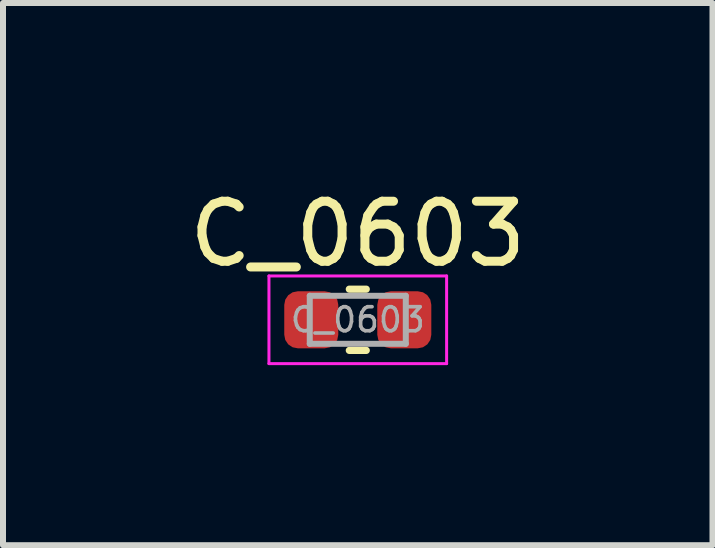
<source format=kicad_pcb>
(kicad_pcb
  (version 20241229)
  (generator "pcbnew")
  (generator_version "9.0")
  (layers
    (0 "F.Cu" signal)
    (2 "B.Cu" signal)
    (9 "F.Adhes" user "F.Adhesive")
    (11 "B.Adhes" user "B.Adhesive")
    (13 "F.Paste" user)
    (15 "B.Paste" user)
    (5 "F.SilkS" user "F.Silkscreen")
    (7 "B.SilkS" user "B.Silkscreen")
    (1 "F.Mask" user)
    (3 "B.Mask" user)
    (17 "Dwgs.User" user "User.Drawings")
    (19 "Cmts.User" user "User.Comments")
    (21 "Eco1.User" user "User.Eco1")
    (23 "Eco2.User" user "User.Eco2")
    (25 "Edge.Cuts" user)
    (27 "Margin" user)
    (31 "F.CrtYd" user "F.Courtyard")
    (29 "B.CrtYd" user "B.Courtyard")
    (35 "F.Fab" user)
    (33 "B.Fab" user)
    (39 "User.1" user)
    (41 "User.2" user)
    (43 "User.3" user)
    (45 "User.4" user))
  (footprint "C_0603"
    (layer "F.Cu")
    (at 2.911 2.278)
    (property "Reference" "C_0603" (at 0 -1.43 0) (layer "F.SilkS") (effects (font (size 1 1) (thickness 0.15))))
    (attr smd)
    (fp_line (start -0.141 -0.51) (end 0.141 -0.51) (stroke (width 0.12) (type solid)) (layer "F.SilkS"))
    (fp_line (start -0.141 0.51) (end 0.141 0.51) (stroke (width 0.12) (type solid)) (layer "F.SilkS"))
    (fp_line (start -1.48 -0.73) (end 1.48 -0.73) (stroke (width 0.05) (type solid)) (layer "F.CrtYd"))
    (fp_line (start -1.48 0.73) (end -1.48 -0.73) (stroke (width 0.05) (type solid)) (layer "F.CrtYd"))
    (fp_line (start 1.48 -0.73) (end 1.48 0.73) (stroke (width 0.05) (type solid)) (layer "F.CrtYd"))
    (fp_line (start 1.48 0.73) (end -1.48 0.73) (stroke (width 0.05) (type solid)) (layer "F.CrtYd"))
    (fp_line (start -0.8 -0.4) (end 0.8 -0.4) (stroke (width 0.1) (type solid)) (layer "F.Fab"))
    (fp_line (start -0.8 0.4) (end -0.8 -0.4) (stroke (width 0.1) (type solid)) (layer "F.Fab"))
    (fp_line (start 0.8 -0.4) (end 0.8 0.4) (stroke (width 0.1) (type solid)) (layer "F.Fab"))
    (fp_line (start 0.8 0.4) (end -0.8 0.4) (stroke (width 0.1) (type solid)) (layer "F.Fab"))
    (fp_text user "${REFERENCE}" (at 0 0 0) (layer "F.Fab") (effects (font (size 0.4 0.4) (thickness 0.06))))
    (pad "1" smd roundrect (at -0.775 0) (size 0.9 0.95) (layers "F.Cu" "F.Mask" "F.Paste") (roundrect_rratio 0.25))
    (pad "2" smd roundrect (at 0.775 0) (size 0.9 0.95) (layers "F.Cu" "F.Mask" "F.Paste") (roundrect_rratio 0.25)))
  (gr_rect
    (start -3 -3)
    (end 8.821 6.033)
    (stroke (width 0.1) (type default))
    (fill no)
    (layer "Edge.Cuts")))
</source>
